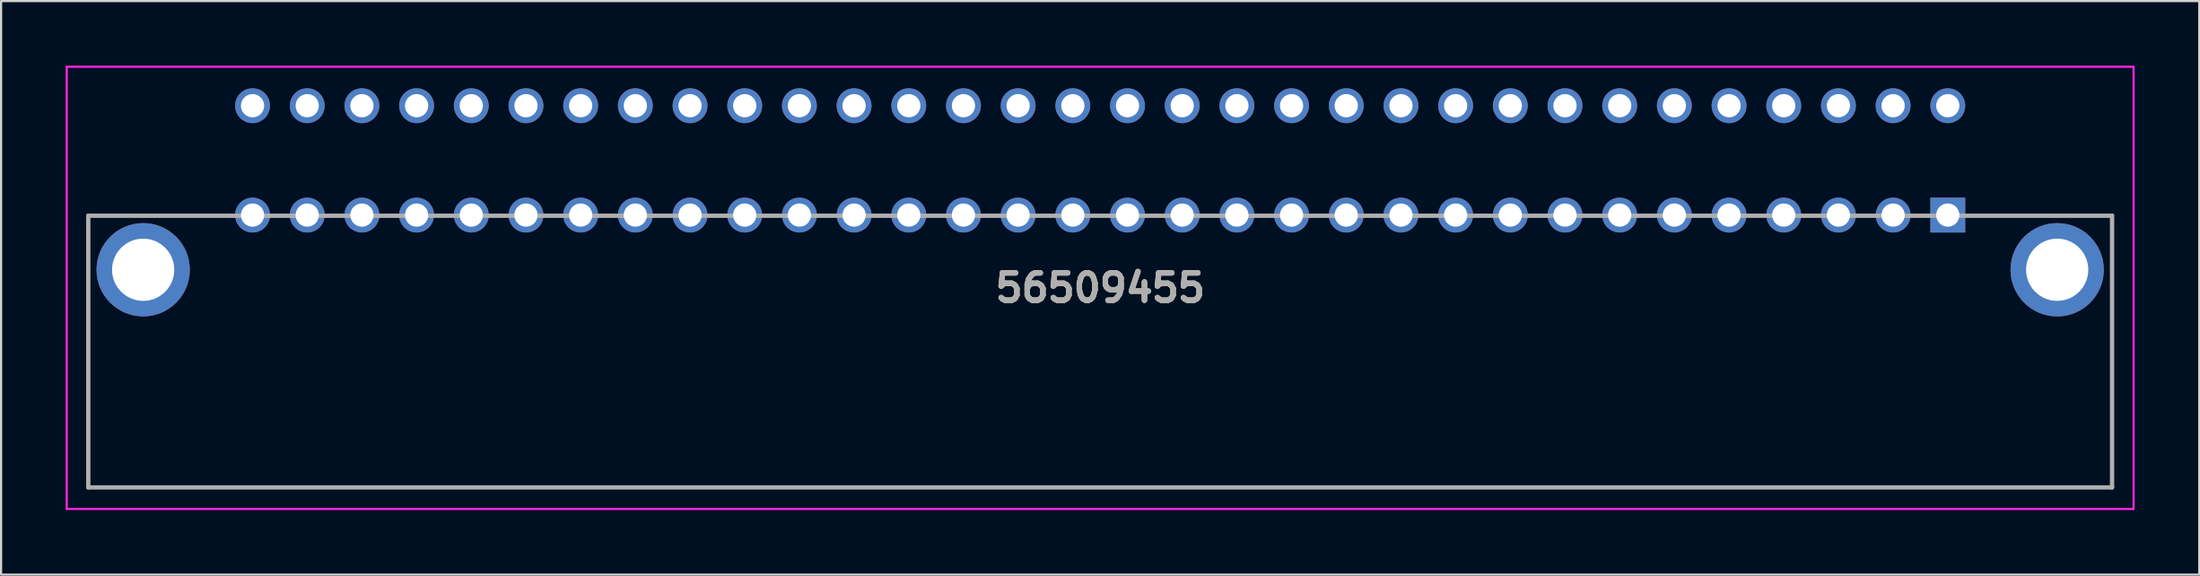
<source format=kicad_pcb>
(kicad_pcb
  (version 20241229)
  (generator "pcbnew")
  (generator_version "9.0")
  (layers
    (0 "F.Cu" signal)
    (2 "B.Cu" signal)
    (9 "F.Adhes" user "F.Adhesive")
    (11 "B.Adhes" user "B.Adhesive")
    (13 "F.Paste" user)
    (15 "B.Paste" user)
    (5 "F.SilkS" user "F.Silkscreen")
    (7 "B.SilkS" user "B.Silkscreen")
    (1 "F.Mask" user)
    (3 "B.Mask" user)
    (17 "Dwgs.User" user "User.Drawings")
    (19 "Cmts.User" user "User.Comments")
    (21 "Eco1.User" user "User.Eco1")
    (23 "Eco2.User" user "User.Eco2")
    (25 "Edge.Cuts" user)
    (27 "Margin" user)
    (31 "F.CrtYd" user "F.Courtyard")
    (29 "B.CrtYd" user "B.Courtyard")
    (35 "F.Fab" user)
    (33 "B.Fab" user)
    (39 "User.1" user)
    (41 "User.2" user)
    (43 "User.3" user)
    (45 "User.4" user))
  (footprint "56509455"
    (layer "F.Cu")
    (at 87.42 6.94)
    (property "Reference" "56509455" (at -39.37 3.38 0) (layer "F.SilkS") (effects (font (size 1.27 1.27) (thickness 0.254))))
    (attr through_hole)
    (fp_line (start -86.37 5.5) (end -86.37 5.5) (stroke (width 0.1) (type solid)) (layer "F.SilkS"))
    (fp_line (start -86.37 5.5) (end -86.37 12.65) (stroke (width 0.1) (type solid)) (layer "F.SilkS"))
    (fp_line (start -86.37 12.65) (end -86.37 5.5) (stroke (width 0.1) (type solid)) (layer "F.SilkS"))
    (fp_line (start -86.37 12.65) (end -86.37 12.65) (stroke (width 0.1) (type solid)) (layer "F.SilkS"))
    (fp_line (start -86.37 12.65) (end -86.37 12.65) (stroke (width 0.1) (type solid)) (layer "F.SilkS"))
    (fp_line (start -86.37 12.65) (end 7.63 12.65) (stroke (width 0.1) (type solid)) (layer "F.SilkS"))
    (fp_line (start 7.63 5.5) (end 7.63 5.5) (stroke (width 0.1) (type solid)) (layer "F.SilkS"))
    (fp_line (start 7.63 5.5) (end 7.63 12.65) (stroke (width 0.1) (type solid)) (layer "F.SilkS"))
    (fp_line (start 7.63 12.65) (end -86.37 12.65) (stroke (width 0.1) (type solid)) (layer "F.SilkS"))
    (fp_line (start 7.63 12.65) (end 7.63 5.5) (stroke (width 0.1) (type solid)) (layer "F.SilkS"))
    (fp_line (start 7.63 12.65) (end 7.63 12.65) (stroke (width 0.1) (type solid)) (layer "F.SilkS"))
    (fp_line (start 7.63 12.65) (end 7.63 12.65) (stroke (width 0.1) (type solid)) (layer "F.SilkS"))
    (fp_line (start -87.37 -6.89) (end 8.63 -6.89) (stroke (width 0.1) (type solid)) (layer "F.CrtYd"))
    (fp_line (start -87.37 13.65) (end -87.37 -6.89) (stroke (width 0.1) (type solid)) (layer "F.CrtYd"))
    (fp_line (start 8.63 -6.89) (end 8.63 13.65) (stroke (width 0.1) (type solid)) (layer "F.CrtYd"))
    (fp_line (start 8.63 13.65) (end -87.37 13.65) (stroke (width 0.1) (type solid)) (layer "F.CrtYd"))
    (fp_line (start -86.37 0.03) (end -86.37 12.65) (stroke (width 0.2) (type solid)) (layer "F.Fab"))
    (fp_line (start -86.37 12.65) (end 7.63 12.65) (stroke (width 0.2) (type solid)) (layer "F.Fab"))
    (fp_line (start 7.63 0.03) (end -86.37 0.03) (stroke (width 0.2) (type solid)) (layer "F.Fab"))
    (fp_line (start 7.63 12.65) (end 7.63 0.03) (stroke (width 0.2) (type solid)) (layer "F.Fab"))
    (fp_text user "${REFERENCE}" (at -39.37 3.38 0) (layer "F.Fab") (effects (font (size 1.27 1.27) (thickness 0.254))))
    (pad "A1" thru_hole rect (at 0 0) (size 1.62 1.62) (drill 1.08) (layers "*.Cu" "*.Mask"))
    (pad "A2" thru_hole circle (at -2.54 0) (size 1.62 1.62) (drill 1.08) (layers "*.Cu" "*.Mask"))
    (pad "A3" thru_hole circle (at -5.08 0) (size 1.62 1.62) (drill 1.08) (layers "*.Cu" "*.Mask"))
    (pad "A4" thru_hole circle (at -7.62 0) (size 1.62 1.62) (drill 1.08) (layers "*.Cu" "*.Mask"))
    (pad "A5" thru_hole circle (at -10.16 0) (size 1.62 1.62) (drill 1.08) (layers "*.Cu" "*.Mask"))
    (pad "A6" thru_hole circle (at -12.7 0) (size 1.62 1.62) (drill 1.08) (layers "*.Cu" "*.Mask"))
    (pad "A7" thru_hole circle (at -15.24 0) (size 1.62 1.62) (drill 1.08) (layers "*.Cu" "*.Mask"))
    (pad "A8" thru_hole circle (at -17.78 0) (size 1.62 1.62) (drill 1.08) (layers "*.Cu" "*.Mask"))
    (pad "A9" thru_hole circle (at -20.32 0) (size 1.62 1.62) (drill 1.08) (layers "*.Cu" "*.Mask"))
    (pad "A10" thru_hole circle (at -22.86 0) (size 1.62 1.62) (drill 1.08) (layers "*.Cu" "*.Mask"))
    (pad "A11" thru_hole circle (at -25.4 0) (size 1.62 1.62) (drill 1.08) (layers "*.Cu" "*.Mask"))
    (pad "A12" thru_hole circle (at -27.94 0) (size 1.62 1.62) (drill 1.08) (layers "*.Cu" "*.Mask"))
    (pad "A13" thru_hole circle (at -30.48 0) (size 1.62 1.62) (drill 1.08) (layers "*.Cu" "*.Mask"))
    (pad "A14" thru_hole circle (at -33.02 0) (size 1.62 1.62) (drill 1.08) (layers "*.Cu" "*.Mask"))
    (pad "A15" thru_hole circle (at -35.56 0) (size 1.62 1.62) (drill 1.08) (layers "*.Cu" "*.Mask"))
    (pad "A16" thru_hole circle (at -38.1 0) (size 1.62 1.62) (drill 1.08) (layers "*.Cu" "*.Mask"))
    (pad "A17" thru_hole circle (at -40.64 0) (size 1.62 1.62) (drill 1.08) (layers "*.Cu" "*.Mask"))
    (pad "A18" thru_hole circle (at -43.18 0) (size 1.62 1.62) (drill 1.08) (layers "*.Cu" "*.Mask"))
    (pad "A19" thru_hole circle (at -45.72 0) (size 1.62 1.62) (drill 1.08) (layers "*.Cu" "*.Mask"))
    (pad "A20" thru_hole circle (at -48.26 0) (size 1.62 1.62) (drill 1.08) (layers "*.Cu" "*.Mask"))
    (pad "A21" thru_hole circle (at -50.8 0) (size 1.62 1.62) (drill 1.08) (layers "*.Cu" "*.Mask"))
    (pad "A22" thru_hole circle (at -53.34 0) (size 1.62 1.62) (drill 1.08) (layers "*.Cu" "*.Mask"))
    (pad "A23" thru_hole circle (at -55.88 0) (size 1.62 1.62) (drill 1.08) (layers "*.Cu" "*.Mask"))
    (pad "A24" thru_hole circle (at -58.42 0) (size 1.62 1.62) (drill 1.08) (layers "*.Cu" "*.Mask"))
    (pad "A25" thru_hole circle (at -60.96 0) (size 1.62 1.62) (drill 1.08) (layers "*.Cu" "*.Mask"))
    (pad "A26" thru_hole circle (at -63.5 0) (size 1.62 1.62) (drill 1.08) (layers "*.Cu" "*.Mask"))
    (pad "A27" thru_hole circle (at -66.04 0) (size 1.62 1.62) (drill 1.08) (layers "*.Cu" "*.Mask"))
    (pad "A28" thru_hole circle (at -68.58 0) (size 1.62 1.62) (drill 1.08) (layers "*.Cu" "*.Mask"))
    (pad "A29" thru_hole circle (at -71.12 0) (size 1.62 1.62) (drill 1.08) (layers "*.Cu" "*.Mask"))
    (pad "A30" thru_hole circle (at -73.66 0) (size 1.62 1.62) (drill 1.08) (layers "*.Cu" "*.Mask"))
    (pad "A31" thru_hole circle (at -76.2 0) (size 1.62 1.62) (drill 1.08) (layers "*.Cu" "*.Mask"))
    (pad "A32" thru_hole circle (at -78.74 0) (size 1.62 1.62) (drill 1.08) (layers "*.Cu" "*.Mask"))
    (pad "C1" thru_hole circle (at 0 -5.08) (size 1.62 1.62) (drill 1.08) (layers "*.Cu" "*.Mask"))
    (pad "C2" thru_hole circle (at -2.54 -5.08) (size 1.62 1.62) (drill 1.08) (layers "*.Cu" "*.Mask"))
    (pad "C3" thru_hole circle (at -5.08 -5.08) (size 1.62 1.62) (drill 1.08) (layers "*.Cu" "*.Mask"))
    (pad "C4" thru_hole circle (at -7.62 -5.08) (size 1.62 1.62) (drill 1.08) (layers "*.Cu" "*.Mask"))
    (pad "C5" thru_hole circle (at -10.16 -5.08) (size 1.62 1.62) (drill 1.08) (layers "*.Cu" "*.Mask"))
    (pad "C6" thru_hole circle (at -12.7 -5.08) (size 1.62 1.62) (drill 1.08) (layers "*.Cu" "*.Mask"))
    (pad "C7" thru_hole circle (at -15.24 -5.08) (size 1.62 1.62) (drill 1.08) (layers "*.Cu" "*.Mask"))
    (pad "C8" thru_hole circle (at -17.78 -5.08) (size 1.62 1.62) (drill 1.08) (layers "*.Cu" "*.Mask"))
    (pad "C9" thru_hole circle (at -20.32 -5.08) (size 1.62 1.62) (drill 1.08) (layers "*.Cu" "*.Mask"))
    (pad "C10" thru_hole circle (at -22.86 -5.08) (size 1.62 1.62) (drill 1.08) (layers "*.Cu" "*.Mask"))
    (pad "C11" thru_hole circle (at -25.4 -5.08) (size 1.62 1.62) (drill 1.08) (layers "*.Cu" "*.Mask"))
    (pad "C12" thru_hole circle (at -27.94 -5.08) (size 1.62 1.62) (drill 1.08) (layers "*.Cu" "*.Mask"))
    (pad "C13" thru_hole circle (at -30.48 -5.08) (size 1.62 1.62) (drill 1.08) (layers "*.Cu" "*.Mask"))
    (pad "C14" thru_hole circle (at -33.02 -5.08) (size 1.62 1.62) (drill 1.08) (layers "*.Cu" "*.Mask"))
    (pad "C15" thru_hole circle (at -35.56 -5.08) (size 1.62 1.62) (drill 1.08) (layers "*.Cu" "*.Mask"))
    (pad "C16" thru_hole circle (at -38.1 -5.08) (size 1.62 1.62) (drill 1.08) (layers "*.Cu" "*.Mask"))
    (pad "C17" thru_hole circle (at -40.64 -5.08) (size 1.62 1.62) (drill 1.08) (layers "*.Cu" "*.Mask"))
    (pad "C18" thru_hole circle (at -43.18 -5.08) (size 1.62 1.62) (drill 1.08) (layers "*.Cu" "*.Mask"))
    (pad "C19" thru_hole circle (at -45.72 -5.08) (size 1.62 1.62) (drill 1.08) (layers "*.Cu" "*.Mask"))
    (pad "C20" thru_hole circle (at -48.26 -5.08) (size 1.62 1.62) (drill 1.08) (layers "*.Cu" "*.Mask"))
    (pad "C21" thru_hole circle (at -50.8 -5.08) (size 1.62 1.62) (drill 1.08) (layers "*.Cu" "*.Mask"))
    (pad "C22" thru_hole circle (at -53.34 -5.08) (size 1.62 1.62) (drill 1.08) (layers "*.Cu" "*.Mask"))
    (pad "C23" thru_hole circle (at -55.88 -5.08) (size 1.62 1.62) (drill 1.08) (layers "*.Cu" "*.Mask"))
    (pad "C24" thru_hole circle (at -58.42 -5.08) (size 1.62 1.62) (drill 1.08) (layers "*.Cu" "*.Mask"))
    (pad "C25" thru_hole circle (at -60.96 -5.08) (size 1.62 1.62) (drill 1.08) (layers "*.Cu" "*.Mask"))
    (pad "C26" thru_hole circle (at -63.5 -5.08) (size 1.62 1.62) (drill 1.08) (layers "*.Cu" "*.Mask"))
    (pad "C27" thru_hole circle (at -66.04 -5.08) (size 1.62 1.62) (drill 1.08) (layers "*.Cu" "*.Mask"))
    (pad "C28" thru_hole circle (at -68.58 -5.08) (size 1.62 1.62) (drill 1.08) (layers "*.Cu" "*.Mask"))
    (pad "C29" thru_hole circle (at -71.12 -5.08) (size 1.62 1.62) (drill 1.08) (layers "*.Cu" "*.Mask"))
    (pad "C30" thru_hole circle (at -73.66 -5.08) (size 1.62 1.62) (drill 1.08) (layers "*.Cu" "*.Mask"))
    (pad "C31" thru_hole circle (at -76.2 -5.08) (size 1.62 1.62) (drill 1.08) (layers "*.Cu" "*.Mask"))
    (pad "C32" thru_hole circle (at -78.74 -5.08) (size 1.62 1.62) (drill 1.08) (layers "*.Cu" "*.Mask"))
    (pad "MH1" thru_hole circle (at 5.08 2.54) (size 4.335 4.335) (drill 2.89) (layers "*.Cu" "*.Mask"))
    (pad "MH2" thru_hole circle (at -83.82 2.54) (size 4.335 4.335) (drill 2.89) (layers "*.Cu" "*.Mask")))
  (gr_rect
    (start -3 -3)
    (end 99.1 23.64)
    (stroke (width 0.1) (type default))
    (fill no)
    (layer "Edge.Cuts")))
</source>
